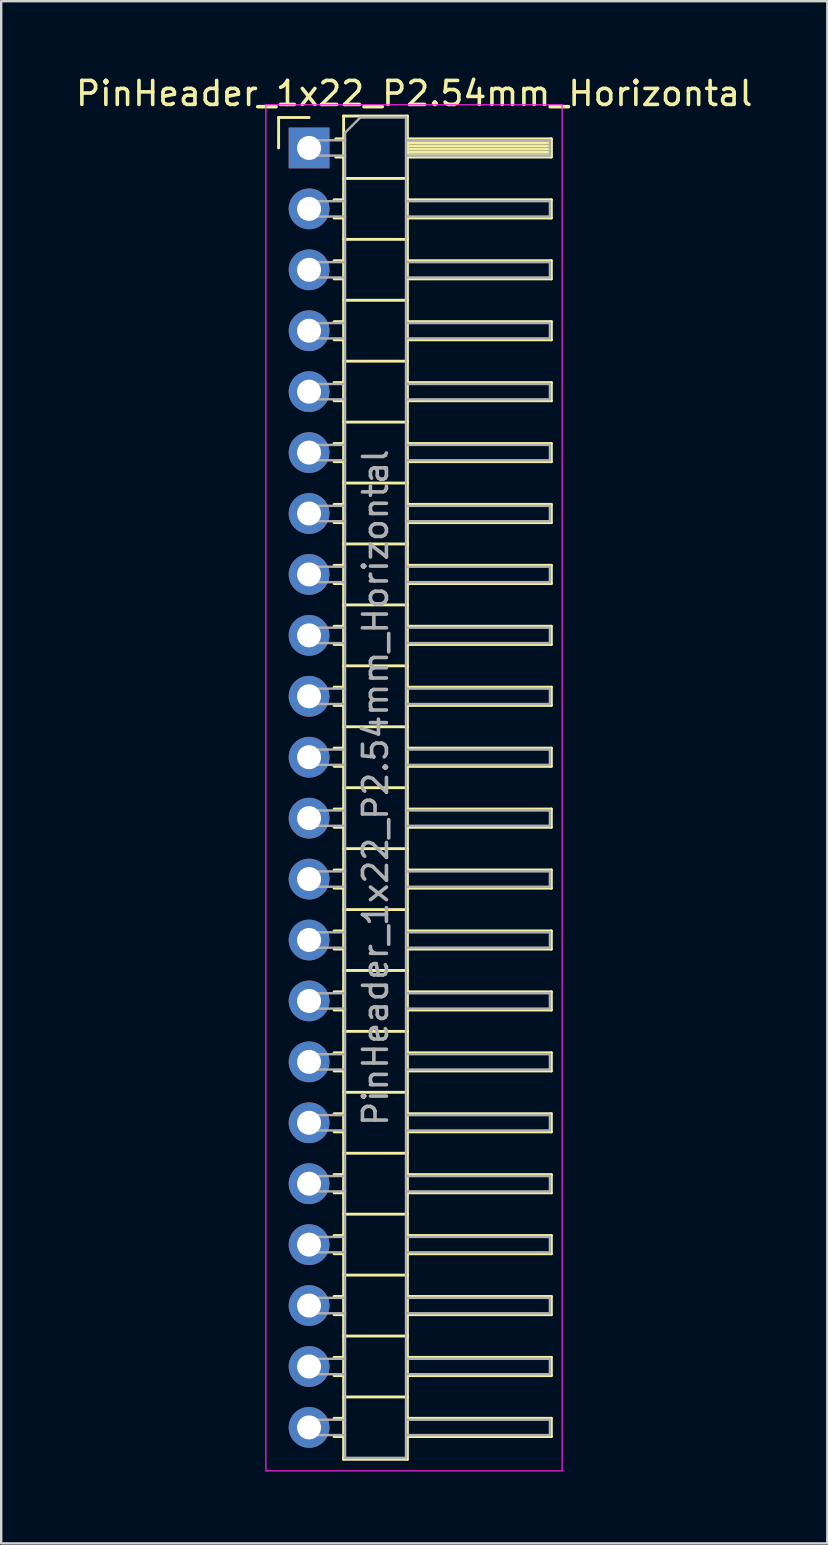
<source format=kicad_pcb>
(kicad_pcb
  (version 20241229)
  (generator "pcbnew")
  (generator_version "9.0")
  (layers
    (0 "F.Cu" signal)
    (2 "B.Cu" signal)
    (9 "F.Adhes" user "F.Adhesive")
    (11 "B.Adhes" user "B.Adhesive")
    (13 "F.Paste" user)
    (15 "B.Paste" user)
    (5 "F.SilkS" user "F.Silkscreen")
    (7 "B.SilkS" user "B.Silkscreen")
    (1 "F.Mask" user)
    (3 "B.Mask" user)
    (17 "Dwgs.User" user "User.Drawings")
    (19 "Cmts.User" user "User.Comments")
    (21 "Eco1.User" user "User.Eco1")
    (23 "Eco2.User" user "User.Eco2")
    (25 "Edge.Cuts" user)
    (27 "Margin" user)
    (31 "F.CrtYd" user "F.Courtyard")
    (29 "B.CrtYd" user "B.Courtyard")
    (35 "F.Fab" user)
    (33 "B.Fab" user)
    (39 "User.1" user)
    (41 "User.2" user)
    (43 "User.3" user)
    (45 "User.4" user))
  (footprint "PinHeader_1x22_P2.54mm_Horizontal"
    (layer "F.Cu")
    (at 9.835 3.118)
    (property "Reference" "PinHeader_1x22_P2.54mm_Horizontal" (at 4.385 -2.27 0) (layer "F.SilkS") (effects (font (size 1 1) (thickness 0.15))))
    (attr through_hole)
    (fp_line (start -1.27 -1.27) (end 0 -1.27) (stroke (width 0.12) (type solid)) (layer "F.SilkS"))
    (fp_line (start -1.27 0) (end -1.27 -1.27) (stroke (width 0.12) (type solid)) (layer "F.SilkS"))
    (fp_line (start 1.043 2.16) (end 1.44 2.16) (stroke (width 0.12) (type solid)) (layer "F.SilkS"))
    (fp_line (start 1.043 2.92) (end 1.44 2.92) (stroke (width 0.12) (type solid)) (layer "F.SilkS"))
    (fp_line (start 1.043 4.7) (end 1.44 4.7) (stroke (width 0.12) (type solid)) (layer "F.SilkS"))
    (fp_line (start 1.043 5.46) (end 1.44 5.46) (stroke (width 0.12) (type solid)) (layer "F.SilkS"))
    (fp_line (start 1.043 7.24) (end 1.44 7.24) (stroke (width 0.12) (type solid)) (layer "F.SilkS"))
    (fp_line (start 1.043 8) (end 1.44 8) (stroke (width 0.12) (type solid)) (layer "F.SilkS"))
    (fp_line (start 1.043 9.78) (end 1.44 9.78) (stroke (width 0.12) (type solid)) (layer "F.SilkS"))
    (fp_line (start 1.043 10.54) (end 1.44 10.54) (stroke (width 0.12) (type solid)) (layer "F.SilkS"))
    (fp_line (start 1.043 12.32) (end 1.44 12.32) (stroke (width 0.12) (type solid)) (layer "F.SilkS"))
    (fp_line (start 1.043 13.08) (end 1.44 13.08) (stroke (width 0.12) (type solid)) (layer "F.SilkS"))
    (fp_line (start 1.043 14.86) (end 1.44 14.86) (stroke (width 0.12) (type solid)) (layer "F.SilkS"))
    (fp_line (start 1.043 15.62) (end 1.44 15.62) (stroke (width 0.12) (type solid)) (layer "F.SilkS"))
    (fp_line (start 1.043 17.4) (end 1.44 17.4) (stroke (width 0.12) (type solid)) (layer "F.SilkS"))
    (fp_line (start 1.043 18.16) (end 1.44 18.16) (stroke (width 0.12) (type solid)) (layer "F.SilkS"))
    (fp_line (start 1.043 19.94) (end 1.44 19.94) (stroke (width 0.12) (type solid)) (layer "F.SilkS"))
    (fp_line (start 1.043 20.7) (end 1.44 20.7) (stroke (width 0.12) (type solid)) (layer "F.SilkS"))
    (fp_line (start 1.043 22.48) (end 1.44 22.48) (stroke (width 0.12) (type solid)) (layer "F.SilkS"))
    (fp_line (start 1.043 23.24) (end 1.44 23.24) (stroke (width 0.12) (type solid)) (layer "F.SilkS"))
    (fp_line (start 1.043 25.02) (end 1.44 25.02) (stroke (width 0.12) (type solid)) (layer "F.SilkS"))
    (fp_line (start 1.043 25.78) (end 1.44 25.78) (stroke (width 0.12) (type solid)) (layer "F.SilkS"))
    (fp_line (start 1.043 27.56) (end 1.44 27.56) (stroke (width 0.12) (type solid)) (layer "F.SilkS"))
    (fp_line (start 1.043 28.32) (end 1.44 28.32) (stroke (width 0.12) (type solid)) (layer "F.SilkS"))
    (fp_line (start 1.043 30.1) (end 1.44 30.1) (stroke (width 0.12) (type solid)) (layer "F.SilkS"))
    (fp_line (start 1.043 30.86) (end 1.44 30.86) (stroke (width 0.12) (type solid)) (layer "F.SilkS"))
    (fp_line (start 1.043 32.64) (end 1.44 32.64) (stroke (width 0.12) (type solid)) (layer "F.SilkS"))
    (fp_line (start 1.043 33.4) (end 1.44 33.4) (stroke (width 0.12) (type solid)) (layer "F.SilkS"))
    (fp_line (start 1.043 35.18) (end 1.44 35.18) (stroke (width 0.12) (type solid)) (layer "F.SilkS"))
    (fp_line (start 1.043 35.94) (end 1.44 35.94) (stroke (width 0.12) (type solid)) (layer "F.SilkS"))
    (fp_line (start 1.043 37.72) (end 1.44 37.72) (stroke (width 0.12) (type solid)) (layer "F.SilkS"))
    (fp_line (start 1.043 38.48) (end 1.44 38.48) (stroke (width 0.12) (type solid)) (layer "F.SilkS"))
    (fp_line (start 1.043 40.26) (end 1.44 40.26) (stroke (width 0.12) (type solid)) (layer "F.SilkS"))
    (fp_line (start 1.043 41.02) (end 1.44 41.02) (stroke (width 0.12) (type solid)) (layer "F.SilkS"))
    (fp_line (start 1.043 42.8) (end 1.44 42.8) (stroke (width 0.12) (type solid)) (layer "F.SilkS"))
    (fp_line (start 1.043 43.56) (end 1.44 43.56) (stroke (width 0.12) (type solid)) (layer "F.SilkS"))
    (fp_line (start 1.043 45.34) (end 1.44 45.34) (stroke (width 0.12) (type solid)) (layer "F.SilkS"))
    (fp_line (start 1.043 46.1) (end 1.44 46.1) (stroke (width 0.12) (type solid)) (layer "F.SilkS"))
    (fp_line (start 1.043 47.88) (end 1.44 47.88) (stroke (width 0.12) (type solid)) (layer "F.SilkS"))
    (fp_line (start 1.043 48.64) (end 1.44 48.64) (stroke (width 0.12) (type solid)) (layer "F.SilkS"))
    (fp_line (start 1.043 50.42) (end 1.44 50.42) (stroke (width 0.12) (type solid)) (layer "F.SilkS"))
    (fp_line (start 1.043 51.18) (end 1.44 51.18) (stroke (width 0.12) (type solid)) (layer "F.SilkS"))
    (fp_line (start 1.043 52.96) (end 1.44 52.96) (stroke (width 0.12) (type solid)) (layer "F.SilkS"))
    (fp_line (start 1.043 53.72) (end 1.44 53.72) (stroke (width 0.12) (type solid)) (layer "F.SilkS"))
    (fp_line (start 1.11 -0.38) (end 1.44 -0.38) (stroke (width 0.12) (type solid)) (layer "F.SilkS"))
    (fp_line (start 1.11 0.38) (end 1.44 0.38) (stroke (width 0.12) (type solid)) (layer "F.SilkS"))
    (fp_line (start 1.44 -1.33) (end 1.44 54.67) (stroke (width 0.12) (type solid)) (layer "F.SilkS"))
    (fp_line (start 1.44 1.27) (end 4.1 1.27) (stroke (width 0.12) (type solid)) (layer "F.SilkS"))
    (fp_line (start 1.44 3.81) (end 4.1 3.81) (stroke (width 0.12) (type solid)) (layer "F.SilkS"))
    (fp_line (start 1.44 6.35) (end 4.1 6.35) (stroke (width 0.12) (type solid)) (layer "F.SilkS"))
    (fp_line (start 1.44 8.89) (end 4.1 8.89) (stroke (width 0.12) (type solid)) (layer "F.SilkS"))
    (fp_line (start 1.44 11.43) (end 4.1 11.43) (stroke (width 0.12) (type solid)) (layer "F.SilkS"))
    (fp_line (start 1.44 13.97) (end 4.1 13.97) (stroke (width 0.12) (type solid)) (layer "F.SilkS"))
    (fp_line (start 1.44 16.51) (end 4.1 16.51) (stroke (width 0.12) (type solid)) (layer "F.SilkS"))
    (fp_line (start 1.44 19.05) (end 4.1 19.05) (stroke (width 0.12) (type solid)) (layer "F.SilkS"))
    (fp_line (start 1.44 21.59) (end 4.1 21.59) (stroke (width 0.12) (type solid)) (layer "F.SilkS"))
    (fp_line (start 1.44 24.13) (end 4.1 24.13) (stroke (width 0.12) (type solid)) (layer "F.SilkS"))
    (fp_line (start 1.44 26.67) (end 4.1 26.67) (stroke (width 0.12) (type solid)) (layer "F.SilkS"))
    (fp_line (start 1.44 29.21) (end 4.1 29.21) (stroke (width 0.12) (type solid)) (layer "F.SilkS"))
    (fp_line (start 1.44 31.75) (end 4.1 31.75) (stroke (width 0.12) (type solid)) (layer "F.SilkS"))
    (fp_line (start 1.44 34.29) (end 4.1 34.29) (stroke (width 0.12) (type solid)) (layer "F.SilkS"))
    (fp_line (start 1.44 36.83) (end 4.1 36.83) (stroke (width 0.12) (type solid)) (layer "F.SilkS"))
    (fp_line (start 1.44 39.37) (end 4.1 39.37) (stroke (width 0.12) (type solid)) (layer "F.SilkS"))
    (fp_line (start 1.44 41.91) (end 4.1 41.91) (stroke (width 0.12) (type solid)) (layer "F.SilkS"))
    (fp_line (start 1.44 44.45) (end 4.1 44.45) (stroke (width 0.12) (type solid)) (layer "F.SilkS"))
    (fp_line (start 1.44 46.99) (end 4.1 46.99) (stroke (width 0.12) (type solid)) (layer "F.SilkS"))
    (fp_line (start 1.44 49.53) (end 4.1 49.53) (stroke (width 0.12) (type solid)) (layer "F.SilkS"))
    (fp_line (start 1.44 52.07) (end 4.1 52.07) (stroke (width 0.12) (type solid)) (layer "F.SilkS"))
    (fp_line (start 1.44 54.67) (end 4.1 54.67) (stroke (width 0.12) (type solid)) (layer "F.SilkS"))
    (fp_line (start 4.1 -1.33) (end 1.44 -1.33) (stroke (width 0.12) (type solid)) (layer "F.SilkS"))
    (fp_line (start 4.1 -0.38) (end 10.1 -0.38) (stroke (width 0.12) (type solid)) (layer "F.SilkS"))
    (fp_line (start 4.1 -0.32) (end 10.1 -0.32) (stroke (width 0.12) (type solid)) (layer "F.SilkS"))
    (fp_line (start 4.1 -0.2) (end 10.1 -0.2) (stroke (width 0.12) (type solid)) (layer "F.SilkS"))
    (fp_line (start 4.1 -0.08) (end 10.1 -0.08) (stroke (width 0.12) (type solid)) (layer "F.SilkS"))
    (fp_line (start 4.1 0.04) (end 10.1 0.04) (stroke (width 0.12) (type solid)) (layer "F.SilkS"))
    (fp_line (start 4.1 0.16) (end 10.1 0.16) (stroke (width 0.12) (type solid)) (layer "F.SilkS"))
    (fp_line (start 4.1 0.28) (end 10.1 0.28) (stroke (width 0.12) (type solid)) (layer "F.SilkS"))
    (fp_line (start 4.1 2.16) (end 10.1 2.16) (stroke (width 0.12) (type solid)) (layer "F.SilkS"))
    (fp_line (start 4.1 4.7) (end 10.1 4.7) (stroke (width 0.12) (type solid)) (layer "F.SilkS"))
    (fp_line (start 4.1 7.24) (end 10.1 7.24) (stroke (width 0.12) (type solid)) (layer "F.SilkS"))
    (fp_line (start 4.1 9.78) (end 10.1 9.78) (stroke (width 0.12) (type solid)) (layer "F.SilkS"))
    (fp_line (start 4.1 12.32) (end 10.1 12.32) (stroke (width 0.12) (type solid)) (layer "F.SilkS"))
    (fp_line (start 4.1 14.86) (end 10.1 14.86) (stroke (width 0.12) (type solid)) (layer "F.SilkS"))
    (fp_line (start 4.1 17.4) (end 10.1 17.4) (stroke (width 0.12) (type solid)) (layer "F.SilkS"))
    (fp_line (start 4.1 19.94) (end 10.1 19.94) (stroke (width 0.12) (type solid)) (layer "F.SilkS"))
    (fp_line (start 4.1 22.48) (end 10.1 22.48) (stroke (width 0.12) (type solid)) (layer "F.SilkS"))
    (fp_line (start 4.1 25.02) (end 10.1 25.02) (stroke (width 0.12) (type solid)) (layer "F.SilkS"))
    (fp_line (start 4.1 27.56) (end 10.1 27.56) (stroke (width 0.12) (type solid)) (layer "F.SilkS"))
    (fp_line (start 4.1 30.1) (end 10.1 30.1) (stroke (width 0.12) (type solid)) (layer "F.SilkS"))
    (fp_line (start 4.1 32.64) (end 10.1 32.64) (stroke (width 0.12) (type solid)) (layer "F.SilkS"))
    (fp_line (start 4.1 35.18) (end 10.1 35.18) (stroke (width 0.12) (type solid)) (layer "F.SilkS"))
    (fp_line (start 4.1 37.72) (end 10.1 37.72) (stroke (width 0.12) (type solid)) (layer "F.SilkS"))
    (fp_line (start 4.1 40.26) (end 10.1 40.26) (stroke (width 0.12) (type solid)) (layer "F.SilkS"))
    (fp_line (start 4.1 42.8) (end 10.1 42.8) (stroke (width 0.12) (type solid)) (layer "F.SilkS"))
    (fp_line (start 4.1 45.34) (end 10.1 45.34) (stroke (width 0.12) (type solid)) (layer "F.SilkS"))
    (fp_line (start 4.1 47.88) (end 10.1 47.88) (stroke (width 0.12) (type solid)) (layer "F.SilkS"))
    (fp_line (start 4.1 50.42) (end 10.1 50.42) (stroke (width 0.12) (type solid)) (layer "F.SilkS"))
    (fp_line (start 4.1 52.96) (end 10.1 52.96) (stroke (width 0.12) (type solid)) (layer "F.SilkS"))
    (fp_line (start 4.1 54.67) (end 4.1 -1.33) (stroke (width 0.12) (type solid)) (layer "F.SilkS"))
    (fp_line (start 10.1 -0.38) (end 10.1 0.38) (stroke (width 0.12) (type solid)) (layer "F.SilkS"))
    (fp_line (start 10.1 0.38) (end 4.1 0.38) (stroke (width 0.12) (type solid)) (layer "F.SilkS"))
    (fp_line (start 10.1 2.16) (end 10.1 2.92) (stroke (width 0.12) (type solid)) (layer "F.SilkS"))
    (fp_line (start 10.1 2.92) (end 4.1 2.92) (stroke (width 0.12) (type solid)) (layer "F.SilkS"))
    (fp_line (start 10.1 4.7) (end 10.1 5.46) (stroke (width 0.12) (type solid)) (layer "F.SilkS"))
    (fp_line (start 10.1 5.46) (end 4.1 5.46) (stroke (width 0.12) (type solid)) (layer "F.SilkS"))
    (fp_line (start 10.1 7.24) (end 10.1 8) (stroke (width 0.12) (type solid)) (layer "F.SilkS"))
    (fp_line (start 10.1 8) (end 4.1 8) (stroke (width 0.12) (type solid)) (layer "F.SilkS"))
    (fp_line (start 10.1 9.78) (end 10.1 10.54) (stroke (width 0.12) (type solid)) (layer "F.SilkS"))
    (fp_line (start 10.1 10.54) (end 4.1 10.54) (stroke (width 0.12) (type solid)) (layer "F.SilkS"))
    (fp_line (start 10.1 12.32) (end 10.1 13.08) (stroke (width 0.12) (type solid)) (layer "F.SilkS"))
    (fp_line (start 10.1 13.08) (end 4.1 13.08) (stroke (width 0.12) (type solid)) (layer "F.SilkS"))
    (fp_line (start 10.1 14.86) (end 10.1 15.62) (stroke (width 0.12) (type solid)) (layer "F.SilkS"))
    (fp_line (start 10.1 15.62) (end 4.1 15.62) (stroke (width 0.12) (type solid)) (layer "F.SilkS"))
    (fp_line (start 10.1 17.4) (end 10.1 18.16) (stroke (width 0.12) (type solid)) (layer "F.SilkS"))
    (fp_line (start 10.1 18.16) (end 4.1 18.16) (stroke (width 0.12) (type solid)) (layer "F.SilkS"))
    (fp_line (start 10.1 19.94) (end 10.1 20.7) (stroke (width 0.12) (type solid)) (layer "F.SilkS"))
    (fp_line (start 10.1 20.7) (end 4.1 20.7) (stroke (width 0.12) (type solid)) (layer "F.SilkS"))
    (fp_line (start 10.1 22.48) (end 10.1 23.24) (stroke (width 0.12) (type solid)) (layer "F.SilkS"))
    (fp_line (start 10.1 23.24) (end 4.1 23.24) (stroke (width 0.12) (type solid)) (layer "F.SilkS"))
    (fp_line (start 10.1 25.02) (end 10.1 25.78) (stroke (width 0.12) (type solid)) (layer "F.SilkS"))
    (fp_line (start 10.1 25.78) (end 4.1 25.78) (stroke (width 0.12) (type solid)) (layer "F.SilkS"))
    (fp_line (start 10.1 27.56) (end 10.1 28.32) (stroke (width 0.12) (type solid)) (layer "F.SilkS"))
    (fp_line (start 10.1 28.32) (end 4.1 28.32) (stroke (width 0.12) (type solid)) (layer "F.SilkS"))
    (fp_line (start 10.1 30.1) (end 10.1 30.86) (stroke (width 0.12) (type solid)) (layer "F.SilkS"))
    (fp_line (start 10.1 30.86) (end 4.1 30.86) (stroke (width 0.12) (type solid)) (layer "F.SilkS"))
    (fp_line (start 10.1 32.64) (end 10.1 33.4) (stroke (width 0.12) (type solid)) (layer "F.SilkS"))
    (fp_line (start 10.1 33.4) (end 4.1 33.4) (stroke (width 0.12) (type solid)) (layer "F.SilkS"))
    (fp_line (start 10.1 35.18) (end 10.1 35.94) (stroke (width 0.12) (type solid)) (layer "F.SilkS"))
    (fp_line (start 10.1 35.94) (end 4.1 35.94) (stroke (width 0.12) (type solid)) (layer "F.SilkS"))
    (fp_line (start 10.1 37.72) (end 10.1 38.48) (stroke (width 0.12) (type solid)) (layer "F.SilkS"))
    (fp_line (start 10.1 38.48) (end 4.1 38.48) (stroke (width 0.12) (type solid)) (layer "F.SilkS"))
    (fp_line (start 10.1 40.26) (end 10.1 41.02) (stroke (width 0.12) (type solid)) (layer "F.SilkS"))
    (fp_line (start 10.1 41.02) (end 4.1 41.02) (stroke (width 0.12) (type solid)) (layer "F.SilkS"))
    (fp_line (start 10.1 42.8) (end 10.1 43.56) (stroke (width 0.12) (type solid)) (layer "F.SilkS"))
    (fp_line (start 10.1 43.56) (end 4.1 43.56) (stroke (width 0.12) (type solid)) (layer "F.SilkS"))
    (fp_line (start 10.1 45.34) (end 10.1 46.1) (stroke (width 0.12) (type solid)) (layer "F.SilkS"))
    (fp_line (start 10.1 46.1) (end 4.1 46.1) (stroke (width 0.12) (type solid)) (layer "F.SilkS"))
    (fp_line (start 10.1 47.88) (end 10.1 48.64) (stroke (width 0.12) (type solid)) (layer "F.SilkS"))
    (fp_line (start 10.1 48.64) (end 4.1 48.64) (stroke (width 0.12) (type solid)) (layer "F.SilkS"))
    (fp_line (start 10.1 50.42) (end 10.1 51.18) (stroke (width 0.12) (type solid)) (layer "F.SilkS"))
    (fp_line (start 10.1 51.18) (end 4.1 51.18) (stroke (width 0.12) (type solid)) (layer "F.SilkS"))
    (fp_line (start 10.1 52.96) (end 10.1 53.72) (stroke (width 0.12) (type solid)) (layer "F.SilkS"))
    (fp_line (start 10.1 53.72) (end 4.1 53.72) (stroke (width 0.12) (type solid)) (layer "F.SilkS"))
    (fp_line (start -1.8 -1.8) (end -1.8 55.15) (stroke (width 0.05) (type solid)) (layer "F.CrtYd"))
    (fp_line (start -1.8 55.15) (end 10.55 55.15) (stroke (width 0.05) (type solid)) (layer "F.CrtYd"))
    (fp_line (start 10.55 -1.8) (end -1.8 -1.8) (stroke (width 0.05) (type solid)) (layer "F.CrtYd"))
    (fp_line (start 10.55 55.15) (end 10.55 -1.8) (stroke (width 0.05) (type solid)) (layer "F.CrtYd"))
    (fp_line (start -0.32 -0.32) (end -0.32 0.32) (stroke (width 0.1) (type solid)) (layer "F.Fab"))
    (fp_line (start -0.32 -0.32) (end 1.5 -0.32) (stroke (width 0.1) (type solid)) (layer "F.Fab"))
    (fp_line (start -0.32 0.32) (end 1.5 0.32) (stroke (width 0.1) (type solid)) (layer "F.Fab"))
    (fp_line (start -0.32 2.22) (end -0.32 2.86) (stroke (width 0.1) (type solid)) (layer "F.Fab"))
    (fp_line (start -0.32 2.22) (end 1.5 2.22) (stroke (width 0.1) (type solid)) (layer "F.Fab"))
    (fp_line (start -0.32 2.86) (end 1.5 2.86) (stroke (width 0.1) (type solid)) (layer "F.Fab"))
    (fp_line (start -0.32 4.76) (end -0.32 5.4) (stroke (width 0.1) (type solid)) (layer "F.Fab"))
    (fp_line (start -0.32 4.76) (end 1.5 4.76) (stroke (width 0.1) (type solid)) (layer "F.Fab"))
    (fp_line (start -0.32 5.4) (end 1.5 5.4) (stroke (width 0.1) (type solid)) (layer "F.Fab"))
    (fp_line (start -0.32 7.3) (end -0.32 7.94) (stroke (width 0.1) (type solid)) (layer "F.Fab"))
    (fp_line (start -0.32 7.3) (end 1.5 7.3) (stroke (width 0.1) (type solid)) (layer "F.Fab"))
    (fp_line (start -0.32 7.94) (end 1.5 7.94) (stroke (width 0.1) (type solid)) (layer "F.Fab"))
    (fp_line (start -0.32 9.84) (end -0.32 10.48) (stroke (width 0.1) (type solid)) (layer "F.Fab"))
    (fp_line (start -0.32 9.84) (end 1.5 9.84) (stroke (width 0.1) (type solid)) (layer "F.Fab"))
    (fp_line (start -0.32 10.48) (end 1.5 10.48) (stroke (width 0.1) (type solid)) (layer "F.Fab"))
    (fp_line (start -0.32 12.38) (end -0.32 13.02) (stroke (width 0.1) (type solid)) (layer "F.Fab"))
    (fp_line (start -0.32 12.38) (end 1.5 12.38) (stroke (width 0.1) (type solid)) (layer "F.Fab"))
    (fp_line (start -0.32 13.02) (end 1.5 13.02) (stroke (width 0.1) (type solid)) (layer "F.Fab"))
    (fp_line (start -0.32 14.92) (end -0.32 15.56) (stroke (width 0.1) (type solid)) (layer "F.Fab"))
    (fp_line (start -0.32 14.92) (end 1.5 14.92) (stroke (width 0.1) (type solid)) (layer "F.Fab"))
    (fp_line (start -0.32 15.56) (end 1.5 15.56) (stroke (width 0.1) (type solid)) (layer "F.Fab"))
    (fp_line (start -0.32 17.46) (end -0.32 18.1) (stroke (width 0.1) (type solid)) (layer "F.Fab"))
    (fp_line (start -0.32 17.46) (end 1.5 17.46) (stroke (width 0.1) (type solid)) (layer "F.Fab"))
    (fp_line (start -0.32 18.1) (end 1.5 18.1) (stroke (width 0.1) (type solid)) (layer "F.Fab"))
    (fp_line (start -0.32 20) (end -0.32 20.64) (stroke (width 0.1) (type solid)) (layer "F.Fab"))
    (fp_line (start -0.32 20) (end 1.5 20) (stroke (width 0.1) (type solid)) (layer "F.Fab"))
    (fp_line (start -0.32 20.64) (end 1.5 20.64) (stroke (width 0.1) (type solid)) (layer "F.Fab"))
    (fp_line (start -0.32 22.54) (end -0.32 23.18) (stroke (width 0.1) (type solid)) (layer "F.Fab"))
    (fp_line (start -0.32 22.54) (end 1.5 22.54) (stroke (width 0.1) (type solid)) (layer "F.Fab"))
    (fp_line (start -0.32 23.18) (end 1.5 23.18) (stroke (width 0.1) (type solid)) (layer "F.Fab"))
    (fp_line (start -0.32 25.08) (end -0.32 25.72) (stroke (width 0.1) (type solid)) (layer "F.Fab"))
    (fp_line (start -0.32 25.08) (end 1.5 25.08) (stroke (width 0.1) (type solid)) (layer "F.Fab"))
    (fp_line (start -0.32 25.72) (end 1.5 25.72) (stroke (width 0.1) (type solid)) (layer "F.Fab"))
    (fp_line (start -0.32 27.62) (end -0.32 28.26) (stroke (width 0.1) (type solid)) (layer "F.Fab"))
    (fp_line (start -0.32 27.62) (end 1.5 27.62) (stroke (width 0.1) (type solid)) (layer "F.Fab"))
    (fp_line (start -0.32 28.26) (end 1.5 28.26) (stroke (width 0.1) (type solid)) (layer "F.Fab"))
    (fp_line (start -0.32 30.16) (end -0.32 30.8) (stroke (width 0.1) (type solid)) (layer "F.Fab"))
    (fp_line (start -0.32 30.16) (end 1.5 30.16) (stroke (width 0.1) (type solid)) (layer "F.Fab"))
    (fp_line (start -0.32 30.8) (end 1.5 30.8) (stroke (width 0.1) (type solid)) (layer "F.Fab"))
    (fp_line (start -0.32 32.7) (end -0.32 33.34) (stroke (width 0.1) (type solid)) (layer "F.Fab"))
    (fp_line (start -0.32 32.7) (end 1.5 32.7) (stroke (width 0.1) (type solid)) (layer "F.Fab"))
    (fp_line (start -0.32 33.34) (end 1.5 33.34) (stroke (width 0.1) (type solid)) (layer "F.Fab"))
    (fp_line (start -0.32 35.24) (end -0.32 35.88) (stroke (width 0.1) (type solid)) (layer "F.Fab"))
    (fp_line (start -0.32 35.24) (end 1.5 35.24) (stroke (width 0.1) (type solid)) (layer "F.Fab"))
    (fp_line (start -0.32 35.88) (end 1.5 35.88) (stroke (width 0.1) (type solid)) (layer "F.Fab"))
    (fp_line (start -0.32 37.78) (end -0.32 38.42) (stroke (width 0.1) (type solid)) (layer "F.Fab"))
    (fp_line (start -0.32 37.78) (end 1.5 37.78) (stroke (width 0.1) (type solid)) (layer "F.Fab"))
    (fp_line (start -0.32 38.42) (end 1.5 38.42) (stroke (width 0.1) (type solid)) (layer "F.Fab"))
    (fp_line (start -0.32 40.32) (end -0.32 40.96) (stroke (width 0.1) (type solid)) (layer "F.Fab"))
    (fp_line (start -0.32 40.32) (end 1.5 40.32) (stroke (width 0.1) (type solid)) (layer "F.Fab"))
    (fp_line (start -0.32 40.96) (end 1.5 40.96) (stroke (width 0.1) (type solid)) (layer "F.Fab"))
    (fp_line (start -0.32 42.86) (end -0.32 43.5) (stroke (width 0.1) (type solid)) (layer "F.Fab"))
    (fp_line (start -0.32 42.86) (end 1.5 42.86) (stroke (width 0.1) (type solid)) (layer "F.Fab"))
    (fp_line (start -0.32 43.5) (end 1.5 43.5) (stroke (width 0.1) (type solid)) (layer "F.Fab"))
    (fp_line (start -0.32 45.4) (end -0.32 46.04) (stroke (width 0.1) (type solid)) (layer "F.Fab"))
    (fp_line (start -0.32 45.4) (end 1.5 45.4) (stroke (width 0.1) (type solid)) (layer "F.Fab"))
    (fp_line (start -0.32 46.04) (end 1.5 46.04) (stroke (width 0.1) (type solid)) (layer "F.Fab"))
    (fp_line (start -0.32 47.94) (end -0.32 48.58) (stroke (width 0.1) (type solid)) (layer "F.Fab"))
    (fp_line (start -0.32 47.94) (end 1.5 47.94) (stroke (width 0.1) (type solid)) (layer "F.Fab"))
    (fp_line (start -0.32 48.58) (end 1.5 48.58) (stroke (width 0.1) (type solid)) (layer "F.Fab"))
    (fp_line (start -0.32 50.48) (end -0.32 51.12) (stroke (width 0.1) (type solid)) (layer "F.Fab"))
    (fp_line (start -0.32 50.48) (end 1.5 50.48) (stroke (width 0.1) (type solid)) (layer "F.Fab"))
    (fp_line (start -0.32 51.12) (end 1.5 51.12) (stroke (width 0.1) (type solid)) (layer "F.Fab"))
    (fp_line (start -0.32 53.02) (end -0.32 53.66) (stroke (width 0.1) (type solid)) (layer "F.Fab"))
    (fp_line (start -0.32 53.02) (end 1.5 53.02) (stroke (width 0.1) (type solid)) (layer "F.Fab"))
    (fp_line (start -0.32 53.66) (end 1.5 53.66) (stroke (width 0.1) (type solid)) (layer "F.Fab"))
    (fp_line (start 1.5 -0.635) (end 2.135 -1.27) (stroke (width 0.1) (type solid)) (layer "F.Fab"))
    (fp_line (start 1.5 54.61) (end 1.5 -0.635) (stroke (width 0.1) (type solid)) (layer "F.Fab"))
    (fp_line (start 2.135 -1.27) (end 4.04 -1.27) (stroke (width 0.1) (type solid)) (layer "F.Fab"))
    (fp_line (start 4.04 -1.27) (end 4.04 54.61) (stroke (width 0.1) (type solid)) (layer "F.Fab"))
    (fp_line (start 4.04 -0.32) (end 10.04 -0.32) (stroke (width 0.1) (type solid)) (layer "F.Fab"))
    (fp_line (start 4.04 0.32) (end 10.04 0.32) (stroke (width 0.1) (type solid)) (layer "F.Fab"))
    (fp_line (start 4.04 2.22) (end 10.04 2.22) (stroke (width 0.1) (type solid)) (layer "F.Fab"))
    (fp_line (start 4.04 2.86) (end 10.04 2.86) (stroke (width 0.1) (type solid)) (layer "F.Fab"))
    (fp_line (start 4.04 4.76) (end 10.04 4.76) (stroke (width 0.1) (type solid)) (layer "F.Fab"))
    (fp_line (start 4.04 5.4) (end 10.04 5.4) (stroke (width 0.1) (type solid)) (layer "F.Fab"))
    (fp_line (start 4.04 7.3) (end 10.04 7.3) (stroke (width 0.1) (type solid)) (layer "F.Fab"))
    (fp_line (start 4.04 7.94) (end 10.04 7.94) (stroke (width 0.1) (type solid)) (layer "F.Fab"))
    (fp_line (start 4.04 9.84) (end 10.04 9.84) (stroke (width 0.1) (type solid)) (layer "F.Fab"))
    (fp_line (start 4.04 10.48) (end 10.04 10.48) (stroke (width 0.1) (type solid)) (layer "F.Fab"))
    (fp_line (start 4.04 12.38) (end 10.04 12.38) (stroke (width 0.1) (type solid)) (layer "F.Fab"))
    (fp_line (start 4.04 13.02) (end 10.04 13.02) (stroke (width 0.1) (type solid)) (layer "F.Fab"))
    (fp_line (start 4.04 14.92) (end 10.04 14.92) (stroke (width 0.1) (type solid)) (layer "F.Fab"))
    (fp_line (start 4.04 15.56) (end 10.04 15.56) (stroke (width 0.1) (type solid)) (layer "F.Fab"))
    (fp_line (start 4.04 17.46) (end 10.04 17.46) (stroke (width 0.1) (type solid)) (layer "F.Fab"))
    (fp_line (start 4.04 18.1) (end 10.04 18.1) (stroke (width 0.1) (type solid)) (layer "F.Fab"))
    (fp_line (start 4.04 20) (end 10.04 20) (stroke (width 0.1) (type solid)) (layer "F.Fab"))
    (fp_line (start 4.04 20.64) (end 10.04 20.64) (stroke (width 0.1) (type solid)) (layer "F.Fab"))
    (fp_line (start 4.04 22.54) (end 10.04 22.54) (stroke (width 0.1) (type solid)) (layer "F.Fab"))
    (fp_line (start 4.04 23.18) (end 10.04 23.18) (stroke (width 0.1) (type solid)) (layer "F.Fab"))
    (fp_line (start 4.04 25.08) (end 10.04 25.08) (stroke (width 0.1) (type solid)) (layer "F.Fab"))
    (fp_line (start 4.04 25.72) (end 10.04 25.72) (stroke (width 0.1) (type solid)) (layer "F.Fab"))
    (fp_line (start 4.04 27.62) (end 10.04 27.62) (stroke (width 0.1) (type solid)) (layer "F.Fab"))
    (fp_line (start 4.04 28.26) (end 10.04 28.26) (stroke (width 0.1) (type solid)) (layer "F.Fab"))
    (fp_line (start 4.04 30.16) (end 10.04 30.16) (stroke (width 0.1) (type solid)) (layer "F.Fab"))
    (fp_line (start 4.04 30.8) (end 10.04 30.8) (stroke (width 0.1) (type solid)) (layer "F.Fab"))
    (fp_line (start 4.04 32.7) (end 10.04 32.7) (stroke (width 0.1) (type solid)) (layer "F.Fab"))
    (fp_line (start 4.04 33.34) (end 10.04 33.34) (stroke (width 0.1) (type solid)) (layer "F.Fab"))
    (fp_line (start 4.04 35.24) (end 10.04 35.24) (stroke (width 0.1) (type solid)) (layer "F.Fab"))
    (fp_line (start 4.04 35.88) (end 10.04 35.88) (stroke (width 0.1) (type solid)) (layer "F.Fab"))
    (fp_line (start 4.04 37.78) (end 10.04 37.78) (stroke (width 0.1) (type solid)) (layer "F.Fab"))
    (fp_line (start 4.04 38.42) (end 10.04 38.42) (stroke (width 0.1) (type solid)) (layer "F.Fab"))
    (fp_line (start 4.04 40.32) (end 10.04 40.32) (stroke (width 0.1) (type solid)) (layer "F.Fab"))
    (fp_line (start 4.04 40.96) (end 10.04 40.96) (stroke (width 0.1) (type solid)) (layer "F.Fab"))
    (fp_line (start 4.04 42.86) (end 10.04 42.86) (stroke (width 0.1) (type solid)) (layer "F.Fab"))
    (fp_line (start 4.04 43.5) (end 10.04 43.5) (stroke (width 0.1) (type solid)) (layer "F.Fab"))
    (fp_line (start 4.04 45.4) (end 10.04 45.4) (stroke (width 0.1) (type solid)) (layer "F.Fab"))
    (fp_line (start 4.04 46.04) (end 10.04 46.04) (stroke (width 0.1) (type solid)) (layer "F.Fab"))
    (fp_line (start 4.04 47.94) (end 10.04 47.94) (stroke (width 0.1) (type solid)) (layer "F.Fab"))
    (fp_line (start 4.04 48.58) (end 10.04 48.58) (stroke (width 0.1) (type solid)) (layer "F.Fab"))
    (fp_line (start 4.04 50.48) (end 10.04 50.48) (stroke (width 0.1) (type solid)) (layer "F.Fab"))
    (fp_line (start 4.04 51.12) (end 10.04 51.12) (stroke (width 0.1) (type solid)) (layer "F.Fab"))
    (fp_line (start 4.04 53.02) (end 10.04 53.02) (stroke (width 0.1) (type solid)) (layer "F.Fab"))
    (fp_line (start 4.04 53.66) (end 10.04 53.66) (stroke (width 0.1) (type solid)) (layer "F.Fab"))
    (fp_line (start 4.04 54.61) (end 1.5 54.61) (stroke (width 0.1) (type solid)) (layer "F.Fab"))
    (fp_line (start 10.04 -0.32) (end 10.04 0.32) (stroke (width 0.1) (type solid)) (layer "F.Fab"))
    (fp_line (start 10.04 2.22) (end 10.04 2.86) (stroke (width 0.1) (type solid)) (layer "F.Fab"))
    (fp_line (start 10.04 4.76) (end 10.04 5.4) (stroke (width 0.1) (type solid)) (layer "F.Fab"))
    (fp_line (start 10.04 7.3) (end 10.04 7.94) (stroke (width 0.1) (type solid)) (layer "F.Fab"))
    (fp_line (start 10.04 9.84) (end 10.04 10.48) (stroke (width 0.1) (type solid)) (layer "F.Fab"))
    (fp_line (start 10.04 12.38) (end 10.04 13.02) (stroke (width 0.1) (type solid)) (layer "F.Fab"))
    (fp_line (start 10.04 14.92) (end 10.04 15.56) (stroke (width 0.1) (type solid)) (layer "F.Fab"))
    (fp_line (start 10.04 17.46) (end 10.04 18.1) (stroke (width 0.1) (type solid)) (layer "F.Fab"))
    (fp_line (start 10.04 20) (end 10.04 20.64) (stroke (width 0.1) (type solid)) (layer "F.Fab"))
    (fp_line (start 10.04 22.54) (end 10.04 23.18) (stroke (width 0.1) (type solid)) (layer "F.Fab"))
    (fp_line (start 10.04 25.08) (end 10.04 25.72) (stroke (width 0.1) (type solid)) (layer "F.Fab"))
    (fp_line (start 10.04 27.62) (end 10.04 28.26) (stroke (width 0.1) (type solid)) (layer "F.Fab"))
    (fp_line (start 10.04 30.16) (end 10.04 30.8) (stroke (width 0.1) (type solid)) (layer "F.Fab"))
    (fp_line (start 10.04 32.7) (end 10.04 33.34) (stroke (width 0.1) (type solid)) (layer "F.Fab"))
    (fp_line (start 10.04 35.24) (end 10.04 35.88) (stroke (width 0.1) (type solid)) (layer "F.Fab"))
    (fp_line (start 10.04 37.78) (end 10.04 38.42) (stroke (width 0.1) (type solid)) (layer "F.Fab"))
    (fp_line (start 10.04 40.32) (end 10.04 40.96) (stroke (width 0.1) (type solid)) (layer "F.Fab"))
    (fp_line (start 10.04 42.86) (end 10.04 43.5) (stroke (width 0.1) (type solid)) (layer "F.Fab"))
    (fp_line (start 10.04 45.4) (end 10.04 46.04) (stroke (width 0.1) (type solid)) (layer "F.Fab"))
    (fp_line (start 10.04 47.94) (end 10.04 48.58) (stroke (width 0.1) (type solid)) (layer "F.Fab"))
    (fp_line (start 10.04 50.48) (end 10.04 51.12) (stroke (width 0.1) (type solid)) (layer "F.Fab"))
    (fp_line (start 10.04 53.02) (end 10.04 53.66) (stroke (width 0.1) (type solid)) (layer "F.Fab"))
    (fp_text user "${REFERENCE}" (at 2.77 26.67 90) (layer "F.Fab") (effects (font (size 1 1) (thickness 0.15))))
    (pad "1" thru_hole rect (at 0 0) (size 1.7 1.7) (drill 1) (layers "*.Cu" "*.Mask"))
    (pad "2" thru_hole oval (at 0 2.54) (size 1.7 1.7) (drill 1) (layers "*.Cu" "*.Mask"))
    (pad "3" thru_hole oval (at 0 5.08) (size 1.7 1.7) (drill 1) (layers "*.Cu" "*.Mask"))
    (pad "4" thru_hole oval (at 0 7.62) (size 1.7 1.7) (drill 1) (layers "*.Cu" "*.Mask"))
    (pad "5" thru_hole oval (at 0 10.16) (size 1.7 1.7) (drill 1) (layers "*.Cu" "*.Mask"))
    (pad "6" thru_hole oval (at 0 12.7) (size 1.7 1.7) (drill 1) (layers "*.Cu" "*.Mask"))
    (pad "7" thru_hole oval (at 0 15.24) (size 1.7 1.7) (drill 1) (layers "*.Cu" "*.Mask"))
    (pad "8" thru_hole oval (at 0 17.78) (size 1.7 1.7) (drill 1) (layers "*.Cu" "*.Mask"))
    (pad "9" thru_hole oval (at 0 20.32) (size 1.7 1.7) (drill 1) (layers "*.Cu" "*.Mask"))
    (pad "10" thru_hole oval (at 0 22.86) (size 1.7 1.7) (drill 1) (layers "*.Cu" "*.Mask"))
    (pad "11" thru_hole oval (at 0 25.4) (size 1.7 1.7) (drill 1) (layers "*.Cu" "*.Mask"))
    (pad "12" thru_hole oval (at 0 27.94) (size 1.7 1.7) (drill 1) (layers "*.Cu" "*.Mask"))
    (pad "13" thru_hole oval (at 0 30.48) (size 1.7 1.7) (drill 1) (layers "*.Cu" "*.Mask"))
    (pad "14" thru_hole oval (at 0 33.02) (size 1.7 1.7) (drill 1) (layers "*.Cu" "*.Mask"))
    (pad "15" thru_hole oval (at 0 35.56) (size 1.7 1.7) (drill 1) (layers "*.Cu" "*.Mask"))
    (pad "16" thru_hole oval (at 0 38.1) (size 1.7 1.7) (drill 1) (layers "*.Cu" "*.Mask"))
    (pad "17" thru_hole oval (at 0 40.64) (size 1.7 1.7) (drill 1) (layers "*.Cu" "*.Mask"))
    (pad "18" thru_hole oval (at 0 43.18) (size 1.7 1.7) (drill 1) (layers "*.Cu" "*.Mask"))
    (pad "19" thru_hole oval (at 0 45.72) (size 1.7 1.7) (drill 1) (layers "*.Cu" "*.Mask"))
    (pad "20" thru_hole oval (at 0 48.26) (size 1.7 1.7) (drill 1) (layers "*.Cu" "*.Mask"))
    (pad "21" thru_hole oval (at 0 50.8) (size 1.7 1.7) (drill 1) (layers "*.Cu" "*.Mask"))
    (pad "22" thru_hole oval (at 0 53.34) (size 1.7 1.7) (drill 1) (layers "*.Cu" "*.Mask")))
  (gr_rect
    (start -3 -3)
    (end 31.44 61.293)
    (stroke (width 0.1) (type default))
    (fill no)
    (layer "Edge.Cuts")))
</source>
